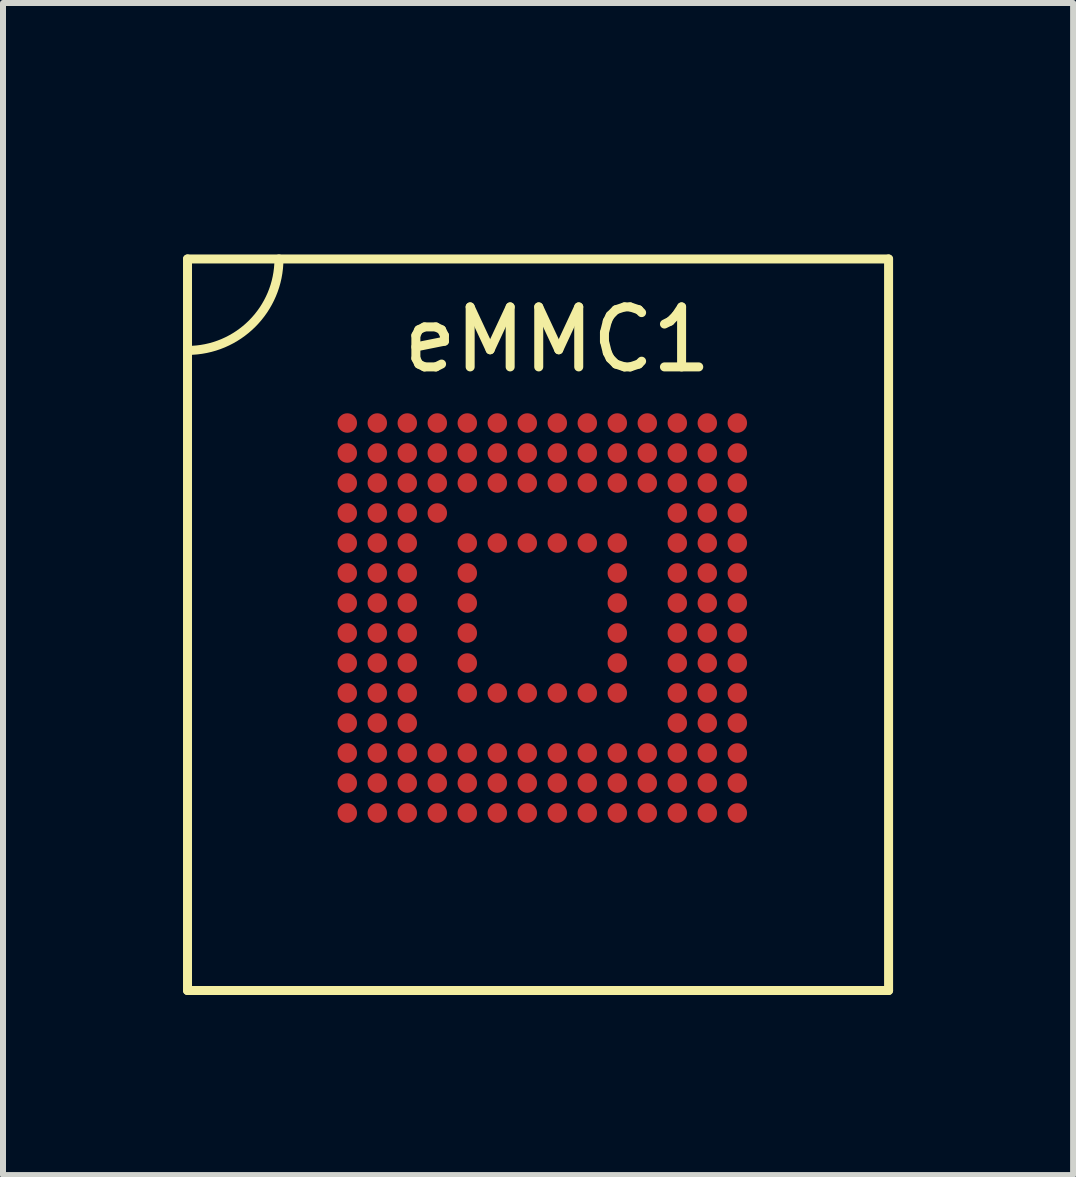
<source format=kicad_pcb>
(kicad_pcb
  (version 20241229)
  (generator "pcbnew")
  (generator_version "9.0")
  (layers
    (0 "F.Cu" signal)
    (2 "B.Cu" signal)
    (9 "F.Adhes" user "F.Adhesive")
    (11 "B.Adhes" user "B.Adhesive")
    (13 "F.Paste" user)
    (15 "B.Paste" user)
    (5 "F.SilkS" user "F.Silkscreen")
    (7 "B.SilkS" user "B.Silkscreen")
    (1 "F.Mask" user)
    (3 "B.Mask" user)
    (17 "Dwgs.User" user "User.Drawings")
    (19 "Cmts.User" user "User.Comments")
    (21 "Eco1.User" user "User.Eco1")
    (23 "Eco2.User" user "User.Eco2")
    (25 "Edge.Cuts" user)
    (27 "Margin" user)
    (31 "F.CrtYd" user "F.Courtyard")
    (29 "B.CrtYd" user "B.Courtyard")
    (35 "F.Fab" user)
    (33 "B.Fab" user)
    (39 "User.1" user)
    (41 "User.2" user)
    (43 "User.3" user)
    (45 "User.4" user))
  (footprint "eMMC1"
    (layer "F.Cu")
    (at 0.583 0.25)
    (property "Reference" "eMMC1" (at 5.655 2.36 180) (layer "F.SilkS") (effects (font (size 1 1) (thickness 0.15))))
    (attr through_hole)
    (fp_line (start -0.508 1.016) (end -0.508 13.208) (stroke (width 0.15) (type solid)) (layer "F.SilkS"))
    (fp_line (start -0.508 13.208) (end 11.176 13.208) (stroke (width 0.15) (type solid)) (layer "F.SilkS"))
    (fp_line (start 11.176 1.016) (end -0.508 1.016) (stroke (width 0.15) (type solid)) (layer "F.SilkS"))
    (fp_line (start 11.176 13.208) (end 11.176 1.016) (stroke (width 0.15) (type solid)) (layer "F.SilkS"))
    (fp_arc (start 1.016 1.016) (mid 0.569631 2.093631) (end -0.508 2.54) (stroke (width 0.15) (type solid)) (layer "F.SilkS"))
    (pad "1" smd circle (at 3.155 3.75 180) (size 0.325 0.325) (layers "F.Cu" "F.Mask" "F.Paste"))
    (pad "2" smd circle (at 3.655 3.75 180) (size 0.325 0.325) (layers "F.Cu" "F.Mask" "F.Paste"))
    (pad "3" smd circle (at 4.155 3.75 180) (size 0.325 0.325) (layers "F.Cu" "F.Mask" "F.Paste"))
    (pad "4" smd circle (at 5.655 3.75 180) (size 0.325 0.325) (layers "F.Cu" "F.Mask" "F.Paste"))
    (pad "5" smd circle (at 6.155 3.75 180) (size 0.325 0.325) (layers "F.Cu" "F.Mask" "F.Paste"))
    (pad "6" smd circle (at 2.655 4.25 180) (size 0.325 0.325) (layers "F.Cu" "F.Mask" "F.Paste"))
    (pad "7" smd circle (at 3.155 4.25 180) (size 0.325 0.325) (layers "F.Cu" "F.Mask" "F.Paste"))
    (pad "8" smd circle (at 3.655 4.25 180) (size 0.325 0.325) (layers "F.Cu" "F.Mask" "F.Paste"))
    (pad "9" smd circle (at 4.155 4.25 180) (size 0.325 0.325) (layers "F.Cu" "F.Mask" "F.Paste"))
    (pad "10" smd circle (at 4.655 4.25 180) (size 0.325 0.325) (layers "F.Cu" "F.Mask" "F.Paste"))
    (pad "11" smd circle (at 2.655 4.75 180) (size 0.325 0.325) (layers "F.Cu" "F.Mask" "F.Paste"))
    (pad "12" smd circle (at 6.655 3.75 180) (size 0.325 0.325) (layers "F.Cu" "F.Mask" "F.Paste"))
    (pad "13" smd circle (at 7.155 3.75 180) (size 0.325 0.325) (layers "F.Cu" "F.Mask" "F.Paste"))
    (pad "14" smd circle (at 5.155 3.75 180) (size 0.325 0.325) (layers "F.Cu" "F.Mask" "F.Paste"))
    (pad "15" smd circle (at 4.155 5.75 180) (size 0.325 0.325) (layers "F.Cu" "F.Mask" "F.Paste"))
    (pad "16" smd circle (at 3.155 6.75 180) (size 0.325 0.325) (layers "F.Cu" "F.Mask" "F.Paste"))
    (pad "17" smd circle (at 4.655 8.25 180) (size 0.325 0.325) (layers "F.Cu" "F.Mask" "F.Paste"))
    (pad "18" smd circle (at 5.155 8.25 180) (size 0.325 0.325) (layers "F.Cu" "F.Mask" "F.Paste"))
    (pad "19" smd circle (at 5.155 10.25 180) (size 0.325 0.325) (layers "F.Cu" "F.Mask" "F.Paste"))
    (pad "20" smd circle (at 6.655 10.25 180) (size 0.325 0.325) (layers "F.Cu" "F.Mask" "F.Paste"))
    (pad "21" smd circle (at 4.655 3.75 180) (size 0.325 0.325) (layers "F.Cu" "F.Mask" "F.Paste"))
    (pad "22" smd circle (at 5.155 5.75 180) (size 0.325 0.325) (layers "F.Cu" "F.Mask" "F.Paste"))
    (pad "23" smd circle (at 4.155 6.75 180) (size 0.325 0.325) (layers "F.Cu" "F.Mask" "F.Paste"))
    (pad "24" smd circle (at 6.655 7.25 180) (size 0.325 0.325) (layers "F.Cu" "F.Mask" "F.Paste"))
    (pad "25" smd circle (at 4.155 7.75 180) (size 0.325 0.325) (layers "F.Cu" "F.Mask" "F.Paste"))
    (pad "26" smd circle (at 5.655 8.25 180) (size 0.325 0.325) (layers "F.Cu" "F.Mask" "F.Paste"))
    (pad "27" smd circle (at 3.655 4.75 180) (size 0.325 0.325) (layers "F.Cu" "F.Mask" "F.Paste"))
    (pad "28" smd circle (at 3.655 10.25 180) (size 0.325 0.325) (layers "F.Cu" "F.Mask" "F.Paste"))
    (pad "29" smd circle (at 4.155 9.75 180) (size 0.325 0.325) (layers "F.Cu" "F.Mask" "F.Paste"))
    (pad "30" smd circle (at 4.655 10.25 180) (size 0.325 0.325) (layers "F.Cu" "F.Mask" "F.Paste"))
    (pad "31" smd circle (at 2.655 9.75 180) (size 0.325 0.325) (layers "F.Cu" "F.Mask" "F.Paste"))
    (pad "32" smd circle (at 4.655 5.75 180) (size 0.325 0.325) (layers "F.Cu" "F.Mask" "F.Paste"))
    (pad "33" smd circle (at 4.155 6.25 180) (size 0.325 0.325) (layers "F.Cu" "F.Mask" "F.Paste"))
    (pad "34" smd circle (at 6.155 8.25 180) (size 0.325 0.325) (layers "F.Cu" "F.Mask" "F.Paste"))
    (pad "35" smd circle (at 6.655 7.75 180) (size 0.325 0.325) (layers "F.Cu" "F.Mask" "F.Paste"))
    (pad "36" smd circle (at 4.655 4.75 180) (size 0.325 0.325) (layers "F.Cu" "F.Mask" "F.Paste"))
    (pad "37" smd circle (at 3.655 9.25 180) (size 0.325 0.325) (layers "F.Cu" "F.Mask" "F.Paste"))
    (pad "38" smd circle (at 3.655 9.75 180) (size 0.325 0.325) (layers "F.Cu" "F.Mask" "F.Paste"))
    (pad "39" smd circle (at 3.155 10.25 180) (size 0.325 0.325) (layers "F.Cu" "F.Mask" "F.Paste"))
    (pad "40" smd circle (at 4.155 10.25 180) (size 0.325 0.325) (layers "F.Cu" "F.Mask" "F.Paste"))
    (pad "41" smd circle (at 5.655 5.75 180) (size 0.325 0.325) (layers "F.Cu" "F.Mask" "F.Paste"))
    (pad "42" smd circle (at 6.155 5.75 180) (size 0.325 0.325) (layers "F.Cu" "F.Mask" "F.Paste"))
    (pad "43" smd circle (at 6.655 5.75 180) (size 0.325 0.325) (layers "F.Cu" "F.Mask" "F.Paste"))
    (pad "44" smd circle (at 6.655 6.25 180) (size 0.325 0.325) (layers "F.Cu" "F.Mask" "F.Paste"))
    (pad "45" smd circle (at 6.655 6.75 180) (size 0.325 0.325) (layers "F.Cu" "F.Mask" "F.Paste"))
    (pad "46" smd circle (at 6.655 8.25 180) (size 0.325 0.325) (layers "F.Cu" "F.Mask" "F.Paste"))
    (pad "47" smd circle (at 4.155 7.25 180) (size 0.325 0.325) (layers "F.Cu" "F.Mask" "F.Paste"))
    (pad "48" smd circle (at 4.155 8.25 180) (size 0.325 0.325) (layers "F.Cu" "F.Mask" "F.Paste"))
    (pad "49" smd circle (at 4.155 9.25 180) (size 0.325 0.325) (layers "F.Cu" "F.Mask" "F.Paste"))
    (pad "50" smd circle (at 4.655 9.25 180) (size 0.325 0.325) (layers "F.Cu" "F.Mask" "F.Paste"))
    (pad "51" smd circle (at 7.655 3.75 180) (size 0.325 0.325) (layers "F.Cu" "F.Mask" "F.Paste"))
    (pad "52" smd circle (at 8.155 3.75 180) (size 0.325 0.325) (layers "F.Cu" "F.Mask" "F.Paste"))
    (pad "53" smd circle (at 8.655 3.75 180) (size 0.325 0.325) (layers "F.Cu" "F.Mask" "F.Paste"))
    (pad "54" smd circle (at 2.155 4.25 180) (size 0.325 0.325) (layers "F.Cu" "F.Mask" "F.Paste"))
    (pad "55" smd circle (at 5.155 4.25 180) (size 0.325 0.325) (layers "F.Cu" "F.Mask" "F.Paste"))
    (pad "56" smd circle (at 5.655 4.25 180) (size 0.325 0.325) (layers "F.Cu" "F.Mask" "F.Paste"))
    (pad "57" smd circle (at 6.155 4.25 180) (size 0.325 0.325) (layers "F.Cu" "F.Mask" "F.Paste"))
    (pad "58" smd circle (at 6.655 4.25 180) (size 0.325 0.325) (layers "F.Cu" "F.Mask" "F.Paste"))
    (pad "59" smd circle (at 7.155 4.25 180) (size 0.325 0.325) (layers "F.Cu" "F.Mask" "F.Paste"))
    (pad "60" smd circle (at 7.655 4.25 180) (size 0.325 0.325) (layers "F.Cu" "F.Mask" "F.Paste"))
    (pad "61" smd circle (at 8.155 4.25 180) (size 0.325 0.325) (layers "F.Cu" "F.Mask" "F.Paste"))
    (pad "62" smd circle (at 8.655 4.25 180) (size 0.325 0.325) (layers "F.Cu" "F.Mask" "F.Paste"))
    (pad "63" smd circle (at 8.655 4.75 180) (size 0.325 0.325) (layers "F.Cu" "F.Mask" "F.Paste"))
    (pad "64" smd circle (at 8.155 4.75 180) (size 0.325 0.325) (layers "F.Cu" "F.Mask" "F.Paste"))
    (pad "65" smd circle (at 7.655 4.75 180) (size 0.325 0.325) (layers "F.Cu" "F.Mask" "F.Paste"))
    (pad "66" smd circle (at 7.155 4.75 180) (size 0.325 0.325) (layers "F.Cu" "F.Mask" "F.Paste"))
    (pad "67" smd circle (at 6.655 4.75 180) (size 0.325 0.325) (layers "F.Cu" "F.Mask" "F.Paste"))
    (pad "68" smd circle (at 6.155 4.75 180) (size 0.325 0.325) (layers "F.Cu" "F.Mask" "F.Paste"))
    (pad "69" smd circle (at 5.655 4.75 180) (size 0.325 0.325) (layers "F.Cu" "F.Mask" "F.Paste"))
    (pad "70" smd circle (at 5.155 4.75 180) (size 0.325 0.325) (layers "F.Cu" "F.Mask" "F.Paste"))
    (pad "71" smd circle (at 4.155 4.75 180) (size 0.325 0.325) (layers "F.Cu" "F.Mask" "F.Paste"))
    (pad "72" smd circle (at 3.155 4.75 180) (size 0.325 0.325) (layers "F.Cu" "F.Mask" "F.Paste"))
    (pad "73" smd circle (at 2.155 4.75 180) (size 0.325 0.325) (layers "F.Cu" "F.Mask" "F.Paste"))
    (pad "74" smd circle (at 2.155 5.25 180) (size 0.325 0.325) (layers "F.Cu" "F.Mask" "F.Paste"))
    (pad "75" smd circle (at 2.655 5.25 180) (size 0.325 0.325) (layers "F.Cu" "F.Mask" "F.Paste"))
    (pad "76" smd circle (at 3.155 5.25 180) (size 0.325 0.325) (layers "F.Cu" "F.Mask" "F.Paste"))
    (pad "77" smd circle (at 3.655 5.25 180) (size 0.325 0.325) (layers "F.Cu" "F.Mask" "F.Paste"))
    (pad "78" smd circle (at 2.655 3.75 180) (size 0.325 0.325) (layers "F.Cu" "F.Mask" "F.Paste"))
    (pad "79" smd circle (at 2.155 5.75 180) (size 0.325 0.325) (layers "F.Cu" "F.Mask" "F.Paste"))
    (pad "80" smd circle (at 2.655 5.75 180) (size 0.325 0.325) (layers "F.Cu" "F.Mask" "F.Paste"))
    (pad "81" smd circle (at 3.155 5.75 180) (size 0.325 0.325) (layers "F.Cu" "F.Mask" "F.Paste"))
    (pad "82" smd circle (at 2.155 6.25 180) (size 0.325 0.325) (layers "F.Cu" "F.Mask" "F.Paste"))
    (pad "83" smd circle (at 2.655 6.25 180) (size 0.325 0.325) (layers "F.Cu" "F.Mask" "F.Paste"))
    (pad "84" smd circle (at 3.155 6.25 180) (size 0.325 0.325) (layers "F.Cu" "F.Mask" "F.Paste"))
    (pad "85" smd circle (at 2.155 6.75 180) (size 0.325 0.325) (layers "F.Cu" "F.Mask" "F.Paste"))
    (pad "86" smd circle (at 2.655 6.75 180) (size 0.325 0.325) (layers "F.Cu" "F.Mask" "F.Paste"))
    (pad "87" smd circle (at 2.155 7.25 180) (size 0.325 0.325) (layers "F.Cu" "F.Mask" "F.Paste"))
    (pad "88" smd circle (at 2.655 7.25 180) (size 0.325 0.325) (layers "F.Cu" "F.Mask" "F.Paste"))
    (pad "89" smd circle (at 3.155 7.25 180) (size 0.325 0.325) (layers "F.Cu" "F.Mask" "F.Paste"))
    (pad "90" smd circle (at 2.155 7.75 180) (size 0.325 0.325) (layers "F.Cu" "F.Mask" "F.Paste"))
    (pad "91" smd circle (at 2.655 7.75 180) (size 0.325 0.325) (layers "F.Cu" "F.Mask" "F.Paste"))
    (pad "92" smd circle (at 3.155 7.75 180) (size 0.325 0.325) (layers "F.Cu" "F.Mask" "F.Paste"))
    (pad "93" smd circle (at 2.155 8.25 180) (size 0.325 0.325) (layers "F.Cu" "F.Mask" "F.Paste"))
    (pad "94" smd circle (at 2.655 8.25 180) (size 0.325 0.325) (layers "F.Cu" "F.Mask" "F.Paste"))
    (pad "95" smd circle (at 3.155 8.25 180) (size 0.325 0.325) (layers "F.Cu" "F.Mask" "F.Paste"))
    (pad "96" smd circle (at 2.155 8.75 180) (size 0.325 0.325) (layers "F.Cu" "F.Mask" "F.Paste"))
    (pad "97" smd circle (at 2.655 8.75 180) (size 0.325 0.325) (layers "F.Cu" "F.Mask" "F.Paste"))
    (pad "98" smd circle (at 3.155 8.75 180) (size 0.325 0.325) (layers "F.Cu" "F.Mask" "F.Paste"))
    (pad "99" smd circle (at 2.155 9.25 180) (size 0.325 0.325) (layers "F.Cu" "F.Mask" "F.Paste"))
    (pad "100" smd circle (at 2.655 9.25 180) (size 0.325 0.325) (layers "F.Cu" "F.Mask" "F.Paste"))
    (pad "101" smd circle (at 3.155 9.25 180) (size 0.325 0.325) (layers "F.Cu" "F.Mask" "F.Paste"))
    (pad "102" smd circle (at 2.155 9.75 180) (size 0.325 0.325) (layers "F.Cu" "F.Mask" "F.Paste"))
    (pad "103" smd circle (at 3.155 9.75 180) (size 0.325 0.325) (layers "F.Cu" "F.Mask" "F.Paste"))
    (pad "104" smd circle (at 2.155 10.25 180) (size 0.325 0.325) (layers "F.Cu" "F.Mask" "F.Paste"))
    (pad "105" smd circle (at 2.655 10.25 180) (size 0.325 0.325) (layers "F.Cu" "F.Mask" "F.Paste"))
    (pad "106" smd circle (at 4.655 9.75 180) (size 0.325 0.325) (layers "F.Cu" "F.Mask" "F.Paste"))
    (pad "107" smd circle (at 5.155 9.75 180) (size 0.325 0.325) (layers "F.Cu" "F.Mask" "F.Paste"))
    (pad "108" smd circle (at 5.155 9.25 180) (size 0.325 0.325) (layers "F.Cu" "F.Mask" "F.Paste"))
    (pad "109" smd circle (at 5.655 9.25 180) (size 0.325 0.325) (layers "F.Cu" "F.Mask" "F.Paste"))
    (pad "110" smd circle (at 5.655 9.75 180) (size 0.325 0.325) (layers "F.Cu" "F.Mask" "F.Paste"))
    (pad "111" smd circle (at 5.655 10.25 180) (size 0.325 0.325) (layers "F.Cu" "F.Mask" "F.Paste"))
    (pad "112" smd circle (at 6.155 10.25 180) (size 0.325 0.325) (layers "F.Cu" "F.Mask" "F.Paste"))
    (pad "113" smd circle (at 6.155 9.75 180) (size 0.325 0.325) (layers "F.Cu" "F.Mask" "F.Paste"))
    (pad "114" smd circle (at 6.155 9.25 180) (size 0.325 0.325) (layers "F.Cu" "F.Mask" "F.Paste"))
    (pad "115" smd circle (at 6.655 9.25 180) (size 0.325 0.325) (layers "F.Cu" "F.Mask" "F.Paste"))
    (pad "116" smd circle (at 6.655 9.75 180) (size 0.325 0.325) (layers "F.Cu" "F.Mask" "F.Paste"))
    (pad "117" smd circle (at 7.155 10.25 180) (size 0.325 0.325) (layers "F.Cu" "F.Mask" "F.Paste"))
    (pad "118" smd circle (at 7.155 9.75 180) (size 0.325 0.325) (layers "F.Cu" "F.Mask" "F.Paste"))
    (pad "119" smd circle (at 7.155 9.25 180) (size 0.325 0.325) (layers "F.Cu" "F.Mask" "F.Paste"))
    (pad "120" smd circle (at 7.655 9.25 180) (size 0.325 0.325) (layers "F.Cu" "F.Mask" "F.Paste"))
    (pad "121" smd circle (at 7.655 9.75 180) (size 0.325 0.325) (layers "F.Cu" "F.Mask" "F.Paste"))
    (pad "122" smd circle (at 7.655 10.25 180) (size 0.325 0.325) (layers "F.Cu" "F.Mask" "F.Paste"))
    (pad "123" smd circle (at 8.155 10.25 180) (size 0.325 0.325) (layers "F.Cu" "F.Mask" "F.Paste"))
    (pad "124" smd circle (at 8.155 9.75 180) (size 0.325 0.325) (layers "F.Cu" "F.Mask" "F.Paste"))
    (pad "125" smd circle (at 8.155 9.25 180) (size 0.325 0.325) (layers "F.Cu" "F.Mask" "F.Paste"))
    (pad "126" smd circle (at 8.655 9.25 180) (size 0.325 0.325) (layers "F.Cu" "F.Mask" "F.Paste"))
    (pad "127" smd circle (at 8.655 10.25 180) (size 0.325 0.325) (layers "F.Cu" "F.Mask" "F.Paste"))
    (pad "128" smd circle (at 8.655 9.75 180) (size 0.325 0.325) (layers "F.Cu" "F.Mask" "F.Paste"))
    (pad "129" smd circle (at 8.655 8.75 180) (size 0.325 0.325) (layers "F.Cu" "F.Mask" "F.Paste"))
    (pad "130" smd circle (at 8.655 8.25 180) (size 0.325 0.325) (layers "F.Cu" "F.Mask" "F.Paste"))
    (pad "131" smd circle (at 8.655 7.75 180) (size 0.325 0.325) (layers "F.Cu" "F.Mask" "F.Paste"))
    (pad "132" smd circle (at 8.655 7.25 180) (size 0.325 0.325) (layers "F.Cu" "F.Mask" "F.Paste"))
    (pad "133" smd circle (at 8.655 6.75 180) (size 0.325 0.325) (layers "F.Cu" "F.Mask" "F.Paste"))
    (pad "134" smd circle (at 8.655 6.25 180) (size 0.325 0.325) (layers "F.Cu" "F.Mask" "F.Paste"))
    (pad "135" smd circle (at 8.655 5.75 180) (size 0.325 0.325) (layers "F.Cu" "F.Mask" "F.Paste"))
    (pad "136" smd circle (at 8.655 5.25 180) (size 0.325 0.325) (layers "F.Cu" "F.Mask" "F.Paste"))
    (pad "137" smd circle (at 8.155 5.25 180) (size 0.325 0.325) (layers "F.Cu" "F.Mask" "F.Paste"))
    (pad "138" smd circle (at 8.155 5.75 180) (size 0.325 0.325) (layers "F.Cu" "F.Mask" "F.Paste"))
    (pad "139" smd circle (at 8.155 6.25 180) (size 0.325 0.325) (layers "F.Cu" "F.Mask" "F.Paste"))
    (pad "140" smd circle (at 8.155 6.75 180) (size 0.325 0.325) (layers "F.Cu" "F.Mask" "F.Paste"))
    (pad "141" smd circle (at 8.155 7.25 180) (size 0.325 0.325) (layers "F.Cu" "F.Mask" "F.Paste"))
    (pad "142" smd circle (at 8.155 7.75 180) (size 0.325 0.325) (layers "F.Cu" "F.Mask" "F.Paste"))
    (pad "143" smd circle (at 8.155 8.25 180) (size 0.325 0.325) (layers "F.Cu" "F.Mask" "F.Paste"))
    (pad "144" smd circle (at 8.155 8.75 180) (size 0.325 0.325) (layers "F.Cu" "F.Mask" "F.Paste"))
    (pad "145" smd circle (at 7.655 8.75 180) (size 0.325 0.325) (layers "F.Cu" "F.Mask" "F.Paste"))
    (pad "146" smd circle (at 7.655 8.25 180) (size 0.325 0.325) (layers "F.Cu" "F.Mask" "F.Paste"))
    (pad "147" smd circle (at 7.655 7.75 180) (size 0.325 0.325) (layers "F.Cu" "F.Mask" "F.Paste"))
    (pad "148" smd circle (at 7.655 7.25 180) (size 0.325 0.325) (layers "F.Cu" "F.Mask" "F.Paste"))
    (pad "149" smd circle (at 7.655 6.75 180) (size 0.325 0.325) (layers "F.Cu" "F.Mask" "F.Paste"))
    (pad "150" smd circle (at 7.655 6.25 180) (size 0.325 0.325) (layers "F.Cu" "F.Mask" "F.Paste"))
    (pad "151" smd circle (at 7.655 5.75 180) (size 0.325 0.325) (layers "F.Cu" "F.Mask" "F.Paste"))
    (pad "152" smd circle (at 7.655 5.25 180) (size 0.325 0.325) (layers "F.Cu" "F.Mask" "F.Paste"))
    (pad "153" smd circle (at 2.155 3.75 180) (size 0.325 0.325) (layers "F.Cu" "F.Mask" "F.Paste")))
  (gr_rect
    (start -3 -3)
    (end 14.834 16.533)
    (stroke (width 0.1) (type default))
    (fill no)
    (layer "Edge.Cuts")))
</source>
